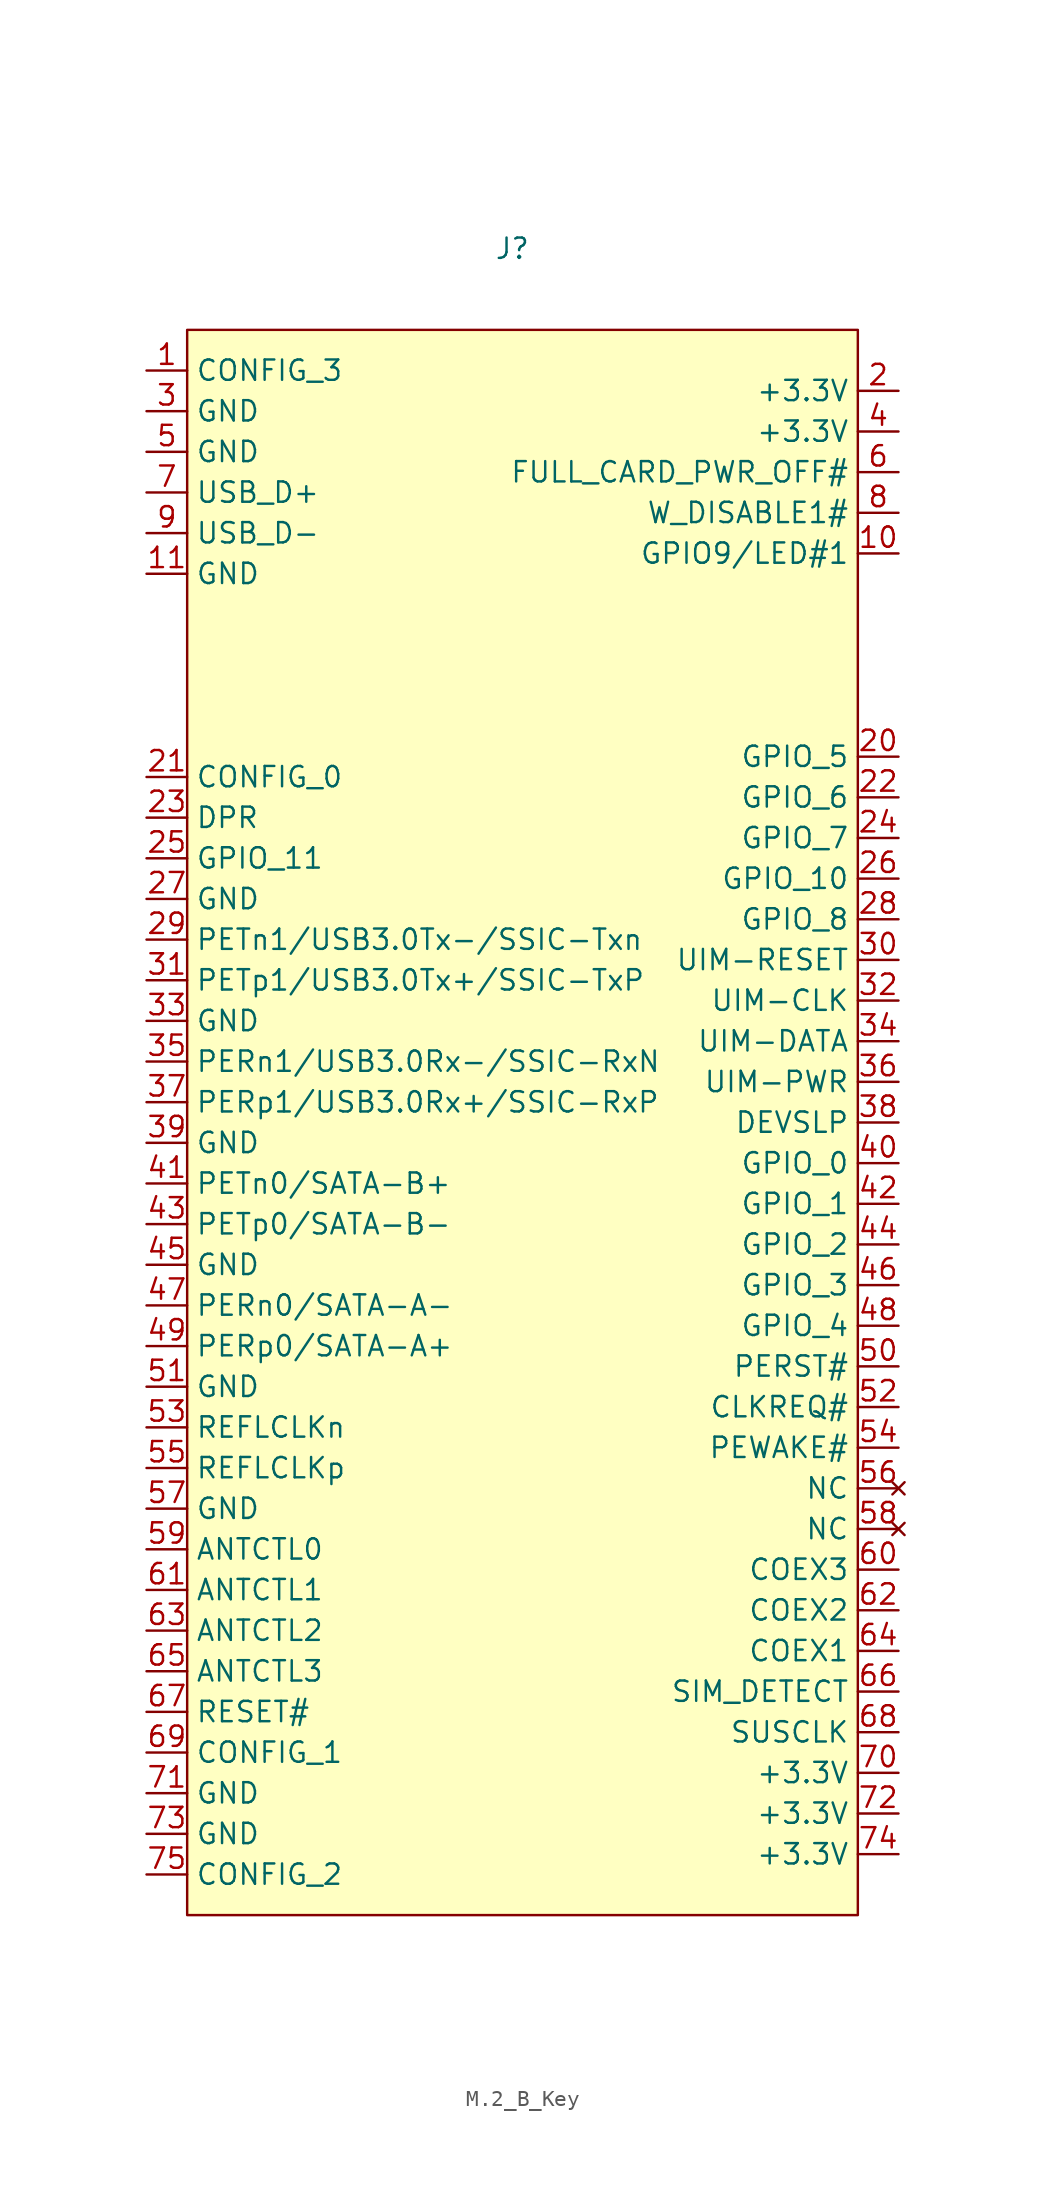
<source format=kicad_sym>
(kicad_symbol_lib
  (version 20241209)
  (generator "kicad_symbol_editor")
  (generator_version "9.0")
  (symbol "M.2_B_Key"
    (property "Reference" "J"
      (at 0 0 0)
      (effects (font (size 1.27 1.27))))
    (property "Value" ""
      (at 0 0 0)
      (effects (font (size 1.27 1.27))))
    (symbol "M.2_B_Key_0_1"
      (rectangle (start -20.32 -5.08) (end 21.59 -104.14) (stroke (width 0) (type default)) (fill (type background))))
    (symbol "M.2_B_Key_1_1"
      (pin bidirectional line (at -22.86 -7.62 0) (length 2.54) (name "CONFIG_3" (effects (font (size 1.27 1.27)))) (number "1" (effects (font (size 1.27 1.27)))))
      (pin power_in line (at -22.86 -10.16 0) (length 2.54) (name "GND" (effects (font (size 1.27 1.27)))) (number "3" (effects (font (size 1.27 1.27)))))
      (pin power_in line (at -22.86 -12.7 0) (length 2.54) (name "GND" (effects (font (size 1.27 1.27)))) (number "5" (effects (font (size 1.27 1.27)))))
      (pin bidirectional line (at -22.86 -15.24 0) (length 2.54) (name "USB_D+" (effects (font (size 1.27 1.27)))) (number "7" (effects (font (size 1.27 1.27)))))
      (pin bidirectional line (at -22.86 -17.78 0) (length 2.54) (name "USB_D-" (effects (font (size 1.27 1.27)))) (number "9" (effects (font (size 1.27 1.27)))))
      (pin power_in line (at -22.86 -20.32 0) (length 2.54) (name "GND" (effects (font (size 1.27 1.27)))) (number "11" (effects (font (size 1.27 1.27)))))
      (pin bidirectional line (at -22.86 -33.02 0) (length 2.54) (name "CONFIG_0" (effects (font (size 1.27 1.27)))) (number "21" (effects (font (size 1.27 1.27)))))
      (pin input line (at -22.86 -35.56 0) (length 2.54) (name "DPR" (effects (font (size 1.27 1.27)))) (number "23" (effects (font (size 1.27 1.27)))))
      (pin bidirectional line (at -22.86 -38.1 0) (length 2.54) (name "GPIO_11" (effects (font (size 1.27 1.27)))) (number "25" (effects (font (size 1.27 1.27)))))
      (pin power_in line (at -22.86 -40.64 0) (length 2.54) (name "GND" (effects (font (size 1.27 1.27)))) (number "27" (effects (font (size 1.27 1.27)))))
      (pin unspecified line (at -22.86 -43.18 0) (length 2.54) (name "PETn1/USB3.0Tx-/SSIC-Txn" (effects (font (size 1.27 1.27)))) (number "29" (effects (font (size 1.27 1.27)))))
      (pin unspecified line (at -22.86 -45.72 0) (length 2.54) (name "PETp1/USB3.0Tx+/SSIC-TxP" (effects (font (size 1.27 1.27)))) (number "31" (effects (font (size 1.27 1.27)))))
      (pin power_in line (at -22.86 -48.26 0) (length 2.54) (name "GND" (effects (font (size 1.27 1.27)))) (number "33" (effects (font (size 1.27 1.27)))))
      (pin input line (at -22.86 -50.8 0) (length 2.54) (name "PERn1/USB3.0Rx-/SSIC-RxN" (effects (font (size 1.27 1.27)))) (number "35" (effects (font (size 1.27 1.27)))))
      (pin input line (at -22.86 -53.34 0) (length 2.54) (name "PERp1/USB3.0Rx+/SSIC-RxP" (effects (font (size 1.27 1.27)))) (number "37" (effects (font (size 1.27 1.27)))))
      (pin power_in line (at -22.86 -55.88 0) (length 2.54) (name "GND" (effects (font (size 1.27 1.27)))) (number "39" (effects (font (size 1.27 1.27)))))
      (pin output line (at -22.86 -58.42 0) (length 2.54) (name "PETn0/SATA-B+" (effects (font (size 1.27 1.27)))) (number "41" (effects (font (size 1.27 1.27)))))
      (pin output line (at -22.86 -60.96 0) (length 2.54) (name "PETp0/SATA-B-" (effects (font (size 1.27 1.27)))) (number "43" (effects (font (size 1.27 1.27)))))
      (pin power_in line (at -22.86 -63.5 0) (length 2.54) (name "GND" (effects (font (size 1.27 1.27)))) (number "45" (effects (font (size 1.27 1.27)))))
      (pin input line (at -22.86 -66.04 0) (length 2.54) (name "PERn0/SATA-A-" (effects (font (size 1.27 1.27)))) (number "47" (effects (font (size 1.27 1.27)))))
      (pin input line (at -22.86 -68.58 0) (length 2.54) (name "PERp0/SATA-A+" (effects (font (size 1.27 1.27)))) (number "49" (effects (font (size 1.27 1.27)))))
      (pin power_in line (at -22.86 -71.12 0) (length 2.54) (name "GND" (effects (font (size 1.27 1.27)))) (number "51" (effects (font (size 1.27 1.27)))))
      (pin input line (at -22.86 -73.66 0) (length 2.54) (name "REFLCLKn" (effects (font (size 1.27 1.27)))) (number "53" (effects (font (size 1.27 1.27)))))
      (pin input line (at -22.86 -76.2 0) (length 2.54) (name "REFLCLKp" (effects (font (size 1.27 1.27)))) (number "55" (effects (font (size 1.27 1.27)))))
      (pin power_in line (at -22.86 -78.74 0) (length 2.54) (name "GND" (effects (font (size 1.27 1.27)))) (number "57" (effects (font (size 1.27 1.27)))))
      (pin output line (at -22.86 -81.28 0) (length 2.54) (name "ANTCTL0" (effects (font (size 1.27 1.27)))) (number "59" (effects (font (size 1.27 1.27)))))
      (pin output line (at -22.86 -83.82 0) (length 2.54) (name "ANTCTL1" (effects (font (size 1.27 1.27)))) (number "61" (effects (font (size 1.27 1.27)))))
      (pin output line (at -22.86 -86.36 0) (length 2.54) (name "ANTCTL2" (effects (font (size 1.27 1.27)))) (number "63" (effects (font (size 1.27 1.27)))))
      (pin output line (at -22.86 -88.9 0) (length 2.54) (name "ANTCTL3" (effects (font (size 1.27 1.27)))) (number "65" (effects (font (size 1.27 1.27)))))
      (pin input line (at -22.86 -91.44 0) (length 2.54) (name "RESET#" (effects (font (size 1.27 1.27)))) (number "67" (effects (font (size 1.27 1.27)))))
      (pin bidirectional line (at -22.86 -93.98 0) (length 2.54) (name "CONFIG_1" (effects (font (size 1.27 1.27)))) (number "69" (effects (font (size 1.27 1.27)))))
      (pin power_in line (at -22.86 -96.52 0) (length 2.54) (name "GND" (effects (font (size 1.27 1.27)))) (number "71" (effects (font (size 1.27 1.27)))))
      (pin power_in line (at -22.86 -99.06 0) (length 2.54) (name "GND" (effects (font (size 1.27 1.27)))) (number "73" (effects (font (size 1.27 1.27)))))
      (pin bidirectional line (at -22.86 -101.6 0) (length 2.54) (name "CONFIG_2" (effects (font (size 1.27 1.27)))) (number "75" (effects (font (size 1.27 1.27)))))
      (pin power_in line (at 24.13 -8.89 180) (length 2.54) (name "+3.3V" (effects (font (size 1.27 1.27)))) (number "2" (effects (font (size 1.27 1.27)))))
      (pin power_in line (at 24.13 -11.43 180) (length 2.54) (name "+3.3V" (effects (font (size 1.27 1.27)))) (number "4" (effects (font (size 1.27 1.27)))))
      (pin input line (at 24.13 -13.97 180) (length 2.54) (name "FULL_CARD_PWR_OFF#" (effects (font (size 1.27 1.27)))) (number "6" (effects (font (size 1.27 1.27)))))
      (pin input line (at 24.13 -16.51 180) (length 2.54) (name "W_DISABLE1#" (effects (font (size 1.27 1.27)))) (number "8" (effects (font (size 1.27 1.27)))))
      (pin bidirectional line (at 24.13 -19.05 180) (length 2.54) (name "GPIO9/LED#1" (effects (font (size 1.27 1.27)))) (number "10" (effects (font (size 1.27 1.27)))))
      (pin bidirectional line (at 24.13 -31.75 180) (length 2.54) (name "GPIO_5" (effects (font (size 1.27 1.27)))) (number "20" (effects (font (size 1.27 1.27)))))
      (pin bidirectional line (at 24.13 -34.29 180) (length 2.54) (name "GPIO_6" (effects (font (size 1.27 1.27)))) (number "22" (effects (font (size 1.27 1.27)))))
      (pin bidirectional line (at 24.13 -36.83 180) (length 2.54) (name "GPIO_7" (effects (font (size 1.27 1.27)))) (number "24" (effects (font (size 1.27 1.27)))))
      (pin bidirectional line (at 24.13 -39.37 180) (length 2.54) (name "GPIO_10" (effects (font (size 1.27 1.27)))) (number "26" (effects (font (size 1.27 1.27)))))
      (pin bidirectional line (at 24.13 -41.91 180) (length 2.54) (name "GPIO_8" (effects (font (size 1.27 1.27)))) (number "28" (effects (font (size 1.27 1.27)))))
      (pin output line (at 24.13 -44.45 180) (length 2.54) (name "UIM-RESET" (effects (font (size 1.27 1.27)))) (number "30" (effects (font (size 1.27 1.27)))))
      (pin output line (at 24.13 -46.99 180) (length 2.54) (name "UIM-CLK" (effects (font (size 1.27 1.27)))) (number "32" (effects (font (size 1.27 1.27)))))
      (pin bidirectional line (at 24.13 -49.53 180) (length 2.54) (name "UIM-DATA" (effects (font (size 1.27 1.27)))) (number "34" (effects (font (size 1.27 1.27)))))
      (pin output line (at 24.13 -52.07 180) (length 2.54) (name "UIM-PWR" (effects (font (size 1.27 1.27)))) (number "36" (effects (font (size 1.27 1.27)))))
      (pin input line (at 24.13 -54.61 180) (length 2.54) (name "DEVSLP" (effects (font (size 1.27 1.27)))) (number "38" (effects (font (size 1.27 1.27)))))
      (pin bidirectional line (at 24.13 -57.15 180) (length 2.54) (name "GPIO_0" (effects (font (size 1.27 1.27)))) (number "40" (effects (font (size 1.27 1.27)))))
      (pin bidirectional line (at 24.13 -59.69 180) (length 2.54) (name "GPIO_1" (effects (font (size 1.27 1.27)))) (number "42" (effects (font (size 1.27 1.27)))))
      (pin bidirectional line (at 24.13 -62.23 180) (length 2.54) (name "GPIO_2" (effects (font (size 1.27 1.27)))) (number "44" (effects (font (size 1.27 1.27)))))
      (pin bidirectional line (at 24.13 -64.77 180) (length 2.54) (name "GPIO_3" (effects (font (size 1.27 1.27)))) (number "46" (effects (font (size 1.27 1.27)))))
      (pin bidirectional line (at 24.13 -67.31 180) (length 2.54) (name "GPIO_4" (effects (font (size 1.27 1.27)))) (number "48" (effects (font (size 1.27 1.27)))))
      (pin input line (at 24.13 -69.85 180) (length 2.54) (name "PERST#" (effects (font (size 1.27 1.27)))) (number "50" (effects (font (size 1.27 1.27)))))
      (pin bidirectional line (at 24.13 -72.39 180) (length 2.54) (name "CLKREQ#" (effects (font (size 1.27 1.27)))) (number "52" (effects (font (size 1.27 1.27)))))
      (pin bidirectional line (at 24.13 -74.93 180) (length 2.54) (name "PEWAKE#" (effects (font (size 1.27 1.27)))) (number "54" (effects (font (size 1.27 1.27)))))
      (pin no_connect line (at 24.13 -77.47 180) (length 2.54) (name "NC" (effects (font (size 1.27 1.27)))) (number "56" (effects (font (size 1.27 1.27)))))
      (pin no_connect line (at 24.13 -80.01 180) (length 2.54) (name "NC" (effects (font (size 1.27 1.27)))) (number "58" (effects (font (size 1.27 1.27)))))
      (pin bidirectional line (at 24.13 -82.55 180) (length 2.54) (name "COEX3" (effects (font (size 1.27 1.27)))) (number "60" (effects (font (size 1.27 1.27)))))
      (pin bidirectional line (at 24.13 -85.09 180) (length 2.54) (name "COEX2" (effects (font (size 1.27 1.27)))) (number "62" (effects (font (size 1.27 1.27)))))
      (pin bidirectional line (at 24.13 -87.63 180) (length 2.54) (name "COEX1" (effects (font (size 1.27 1.27)))) (number "64" (effects (font (size 1.27 1.27)))))
      (pin input line (at 24.13 -90.17 180) (length 2.54) (name "SIM_DETECT" (effects (font (size 1.27 1.27)))) (number "66" (effects (font (size 1.27 1.27)))))
      (pin input line (at 24.13 -92.71 180) (length 2.54) (name "SUSCLK" (effects (font (size 1.27 1.27)))) (number "68" (effects (font (size 1.27 1.27)))))
      (pin power_in line (at 24.13 -95.25 180) (length 2.54) (name "+3.3V" (effects (font (size 1.27 1.27)))) (number "70" (effects (font (size 1.27 1.27)))))
      (pin power_in line (at 24.13 -97.79 180) (length 2.54) (name "+3.3V" (effects (font (size 1.27 1.27)))) (number "72" (effects (font (size 1.27 1.27)))))
      (pin power_in line (at 24.13 -100.33 180) (length 2.54) (name "+3.3V" (effects (font (size 1.27 1.27)))) (number "74" (effects (font (size 1.27 1.27))))))))
</source>
